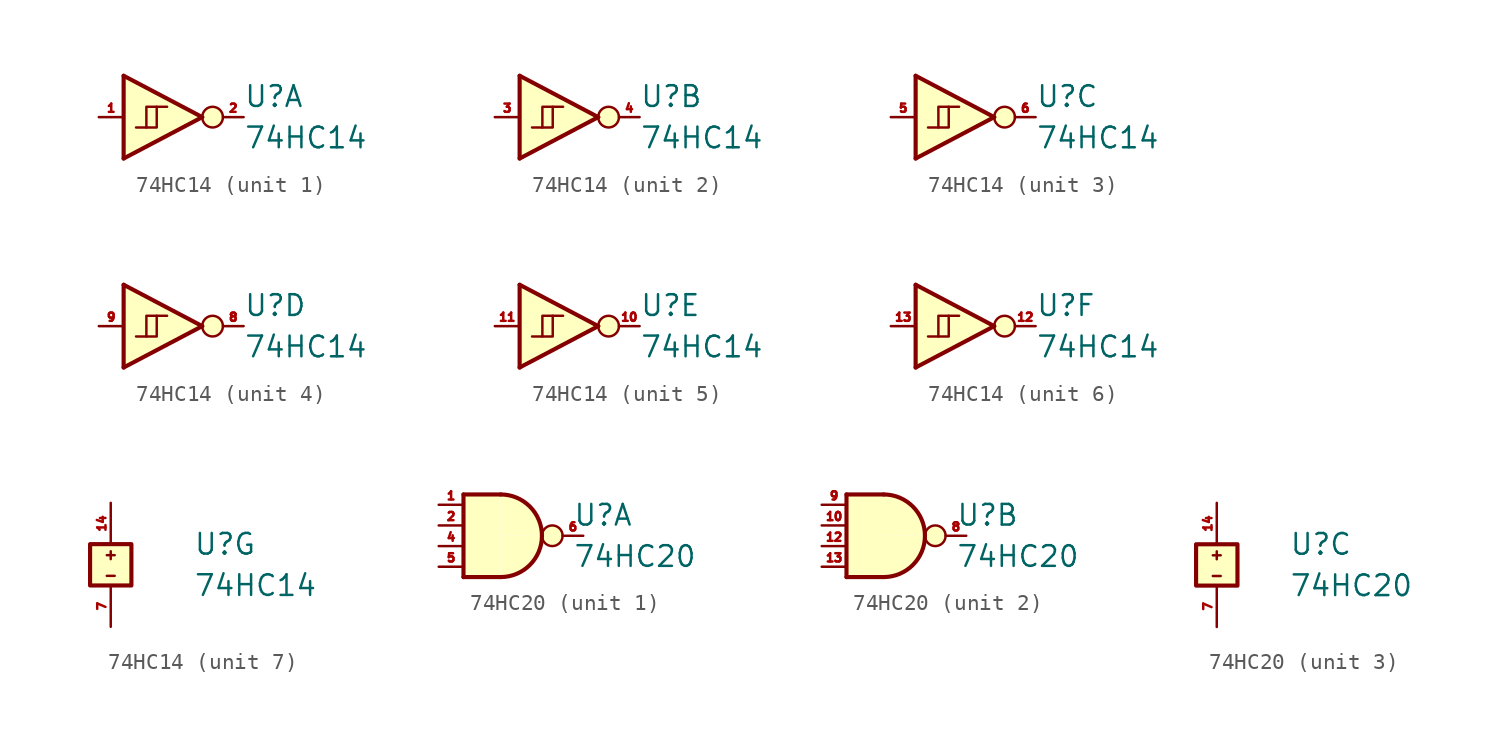
<source format=kicad_sym>
(kicad_symbol_lib
  (version 20231120)
  (generator "kicad_symbol_editor")
  (generator_version "8.0")
  (symbol "74HC14"
    (pin_names
      (offset 0.002) hide)
    (property "Reference" "U"
      (at 5.08 1.27 0)
      (effects (font (size 1.27 1.27)) (justify left)))
    (property "Value" "74HC14"
      (at 5.08 -1.27 0)
      (effects (font (size 1.27 1.27)) (justify left)))
    (property "ki_locked" ""
      (at 0 0 0)
      (effects (font (size 1.27 1.27))))
    (symbol "74HC14_1_0"
      (polyline (pts (xy -2.286 -2.54) (xy -2.286 2.54)) (stroke (width 0.254) (type default)) (fill (type background)))
      (polyline (pts (xy -2.286 -2.54) (xy 2.54 0)) (stroke (width 0.254) (type default)) (fill (type none)))
      (polyline (pts (xy 2.54 0) (xy -2.286 2.54)) (stroke (width 0.254) (type default)) (fill (type background)))
      (polyline (pts (xy 2.54 0) (xy -2.286 2.54) (xy -2.286 -2.54)) (stroke (width -0.025) (type default)) (fill (type background)))
      (circle (center 3.175 0) (radius 0.635) (stroke (width 0.152) (type default)) (fill (type background))))
    (symbol "74HC14_1_1"
      (polyline (pts (xy -0.254 0.635) (xy -0.889 0.635) (xy -0.889 -0.635)) (stroke (width 0.152) (type default)) (fill (type none)))
      (polyline (pts (xy -1.524 -0.635) (xy -0.254 -0.635) (xy -0.254 0.635) (xy 0.381 0.635)) (stroke (width 0.152) (type default)) (fill (type none)))
      (pin passive line (at -3.81 0 0) (length 1.524) (name "~" (effects (font (size 1.27 1.27)))) (number "1" (effects (font (size 0.508 0.508)))))
      (pin passive line (at 5.08 0 180) (length 1.27) (name "~" (effects (font (size 1.27 1.27)))) (number "2" (effects (font (size 0.508 0.508))))))
    (symbol "74HC14_2_0"
      (polyline (pts (xy -2.286 -2.54) (xy -2.286 2.54)) (stroke (width 0.254) (type default)) (fill (type background)))
      (polyline (pts (xy -2.286 -2.54) (xy 2.54 0)) (stroke (width 0.254) (type default)) (fill (type none)))
      (polyline (pts (xy 2.54 0) (xy -2.286 2.54)) (stroke (width 0.254) (type default)) (fill (type background)))
      (polyline (pts (xy 2.54 0) (xy -2.286 2.54) (xy -2.286 -2.54)) (stroke (width -0.025) (type default)) (fill (type background)))
      (circle (center 3.175 0) (radius 0.635) (stroke (width 0.152) (type default)) (fill (type background))))
    (symbol "74HC14_2_1"
      (polyline (pts (xy -0.254 0.635) (xy -0.889 0.635) (xy -0.889 -0.635)) (stroke (width 0.152) (type default)) (fill (type none)))
      (polyline (pts (xy -1.524 -0.635) (xy -0.254 -0.635) (xy -0.254 0.635) (xy 0.381 0.635)) (stroke (width 0.152) (type default)) (fill (type none)))
      (pin passive line (at -3.81 0 0) (length 1.524) (name "~" (effects (font (size 1.27 1.27)))) (number "3" (effects (font (size 0.508 0.508)))))
      (pin passive line (at 5.08 0 180) (length 1.27) (name "~" (effects (font (size 1.27 1.27)))) (number "4" (effects (font (size 0.508 0.508))))))
    (symbol "74HC14_3_0"
      (polyline (pts (xy -2.286 -2.54) (xy -2.286 2.54)) (stroke (width 0.254) (type default)) (fill (type background)))
      (polyline (pts (xy -2.286 -2.54) (xy 2.54 0)) (stroke (width 0.254) (type default)) (fill (type none)))
      (polyline (pts (xy 2.54 0) (xy -2.286 2.54)) (stroke (width 0.254) (type default)) (fill (type background)))
      (polyline (pts (xy 2.54 0) (xy -2.286 2.54) (xy -2.286 -2.54)) (stroke (width -0.025) (type default)) (fill (type background)))
      (circle (center 3.175 0) (radius 0.635) (stroke (width 0.152) (type default)) (fill (type background))))
    (symbol "74HC14_3_1"
      (polyline (pts (xy -0.254 0.635) (xy -0.889 0.635) (xy -0.889 -0.635)) (stroke (width 0.152) (type default)) (fill (type none)))
      (polyline (pts (xy -1.524 -0.635) (xy -0.254 -0.635) (xy -0.254 0.635) (xy 0.381 0.635)) (stroke (width 0.152) (type default)) (fill (type none)))
      (pin passive line (at -3.81 0 0) (length 1.524) (name "~" (effects (font (size 1.27 1.27)))) (number "5" (effects (font (size 0.508 0.508)))))
      (pin passive line (at 5.08 0 180) (length 1.27) (name "~" (effects (font (size 1.27 1.27)))) (number "6" (effects (font (size 0.508 0.508))))))
    (symbol "74HC14_4_0"
      (polyline (pts (xy -2.286 -2.54) (xy -2.286 2.54)) (stroke (width 0.254) (type default)) (fill (type background)))
      (polyline (pts (xy -2.286 -2.54) (xy 2.54 0)) (stroke (width 0.254) (type default)) (fill (type none)))
      (polyline (pts (xy 2.54 0) (xy -2.286 2.54)) (stroke (width 0.254) (type default)) (fill (type background)))
      (polyline (pts (xy 2.54 0) (xy -2.286 2.54) (xy -2.286 -2.54)) (stroke (width -0.025) (type default)) (fill (type background)))
      (circle (center 3.175 0) (radius 0.635) (stroke (width 0.152) (type default)) (fill (type background))))
    (symbol "74HC14_4_1"
      (polyline (pts (xy -0.254 0.635) (xy -0.889 0.635) (xy -0.889 -0.635)) (stroke (width 0.152) (type default)) (fill (type none)))
      (polyline (pts (xy -1.524 -0.635) (xy -0.254 -0.635) (xy -0.254 0.635) (xy 0.381 0.635)) (stroke (width 0.152) (type default)) (fill (type none)))
      (pin passive line (at 5.08 0 180) (length 1.27) (name "~" (effects (font (size 1.27 1.27)))) (number "8" (effects (font (size 0.508 0.508)))))
      (pin passive line (at -3.81 0 0) (length 1.524) (name "~" (effects (font (size 1.27 1.27)))) (number "9" (effects (font (size 0.508 0.508))))))
    (symbol "74HC14_5_0"
      (polyline (pts (xy -2.286 -2.54) (xy -2.286 2.54)) (stroke (width 0.254) (type default)) (fill (type background)))
      (polyline (pts (xy -2.286 -2.54) (xy 2.54 0)) (stroke (width 0.254) (type default)) (fill (type none)))
      (polyline (pts (xy 2.54 0) (xy -2.286 2.54)) (stroke (width 0.254) (type default)) (fill (type background)))
      (polyline (pts (xy 2.54 0) (xy -2.286 2.54) (xy -2.286 -2.54)) (stroke (width -0.025) (type default)) (fill (type background)))
      (circle (center 3.175 0) (radius 0.635) (stroke (width 0.152) (type default)) (fill (type background))))
    (symbol "74HC14_5_1"
      (polyline (pts (xy -0.254 0.635) (xy -0.889 0.635) (xy -0.889 -0.635)) (stroke (width 0.152) (type default)) (fill (type none)))
      (polyline (pts (xy -1.524 -0.635) (xy -0.254 -0.635) (xy -0.254 0.635) (xy 0.381 0.635)) (stroke (width 0.152) (type default)) (fill (type none)))
      (pin passive line (at 5.08 0 180) (length 1.27) (name "~" (effects (font (size 1.27 1.27)))) (number "10" (effects (font (size 0.508 0.508)))))
      (pin passive line (at -3.81 0 0) (length 1.524) (name "~" (effects (font (size 1.27 1.27)))) (number "11" (effects (font (size 0.508 0.508))))))
    (symbol "74HC14_6_0"
      (polyline (pts (xy -2.286 -2.54) (xy -2.286 2.54)) (stroke (width 0.254) (type default)) (fill (type background)))
      (polyline (pts (xy -2.286 -2.54) (xy 2.54 0)) (stroke (width 0.254) (type default)) (fill (type none)))
      (polyline (pts (xy 2.54 0) (xy -2.286 2.54)) (stroke (width 0.254) (type default)) (fill (type background)))
      (polyline (pts (xy 2.54 0) (xy -2.286 2.54) (xy -2.286 -2.54)) (stroke (width -0.025) (type default)) (fill (type background)))
      (circle (center 3.175 0) (radius 0.635) (stroke (width 0.152) (type default)) (fill (type background))))
    (symbol "74HC14_6_1"
      (polyline (pts (xy -0.254 0.635) (xy -0.889 0.635) (xy -0.889 -0.635)) (stroke (width 0.152) (type default)) (fill (type none)))
      (polyline (pts (xy -1.524 -0.635) (xy -0.254 -0.635) (xy -0.254 0.635) (xy 0.381 0.635)) (stroke (width 0.152) (type default)) (fill (type none)))
      (pin passive line (at 5.08 0 180) (length 1.27) (name "~" (effects (font (size 1.27 1.27)))) (number "12" (effects (font (size 0.508 0.508)))))
      (pin passive line (at -3.81 0 0) (length 1.524) (name "~" (effects (font (size 1.27 1.27)))) (number "13" (effects (font (size 0.508 0.508))))))
    (symbol "74HC14_7_0"
      (rectangle (start -1.27 1.27) (end 1.27 -1.27) (stroke (width 0.254) (type default)) (fill (type background)))
      (text "+" (at 0 0.635 0) (effects (font (size 0.635 0.635))))
      (text "-" (at 0 -0.635 0) (effects (font (size 0.635 0.635)))))
    (symbol "74HC14_7_1"
      (pin passive line (at 0 3.81 270) (length 2.54) (name "+" (effects (font (size 1.27 1.27)))) (number "14" (effects (font (size 0.508 0.508)))))
      (pin passive line (at 0 -3.81 90) (length 2.54) (name "-" (effects (font (size 1.27 1.27)))) (number "7" (effects (font (size 0.508 0.508)))))))
  (symbol "74HC20"
    (pin_names
      (offset 0.002) hide)
    (property "Reference" "U"
      (at 4.445 1.27 0)
      (effects (font (size 1.27 1.27)) (justify left)))
    (property "Value" "74HC20"
      (at 4.445 -1.27 0)
      (effects (font (size 1.27 1.27)) (justify left)))
    (property "ki_locked" ""
      (at 0 0 0)
      (effects (font (size 1.27 1.27))))
    (symbol "74HC20_1_0"
      (arc (start 0 -2.54) (mid 1.7961 -1.7961) (end 2.54 0) (stroke (width 0.254) (type default)) (fill (type background)))
      (polyline (pts (xy -2.286 -2.54) (xy -2.286 2.54)) (stroke (width 0.254) (type default)) (fill (type background)))
      (polyline (pts (xy -2.286 -2.54) (xy 0 -2.54)) (stroke (width 0.254) (type default)) (fill (type none)))
      (polyline (pts (xy 0 2.54) (xy -2.286 2.54)) (stroke (width 0.254) (type default)) (fill (type background)))
      (polyline (pts (xy 0 2.54) (xy -2.286 2.54) (xy -2.286 -2.54) (xy 0 -2.54)) (stroke (width -0.025) (type default)) (fill (type background)))
      (arc (start 2.54 0) (mid 1.7961 1.7961) (end 0 2.54) (stroke (width 0.254) (type default)) (fill (type background)))
      (circle (center 3.175 0) (radius 0.635) (stroke (width 0.152) (type default)) (fill (type background))))
    (symbol "74HC20_1_1"
      (pin passive line (at -3.81 1.905 0) (length 1.524) (name "~" (effects (font (size 1.27 1.27)))) (number "1" (effects (font (size 0.508 0.508)))))
      (pin passive line (at -3.81 0.635 0) (length 1.524) (name "" (effects (font (size 1.27 1.27)))) (number "2" (effects (font (size 0.508 0.508)))))
      (pin passive line (at -3.81 -0.635 0) (length 1.524) (name "~" (effects (font (size 1.27 1.27)))) (number "4" (effects (font (size 0.508 0.508)))))
      (pin passive line (at -3.81 -1.905 0) (length 1.524) (name "~" (effects (font (size 1.27 1.27)))) (number "5" (effects (font (size 0.508 0.508)))))
      (pin passive line (at 5.08 0 180) (length 1.27) (name "~" (effects (font (size 1.27 1.27)))) (number "6" (effects (font (size 0.508 0.508))))))
    (symbol "74HC20_2_0"
      (arc (start 0 -2.54) (mid 1.7961 -1.7961) (end 2.54 0) (stroke (width 0.254) (type default)) (fill (type background)))
      (polyline (pts (xy -2.286 -2.54) (xy -2.286 2.54)) (stroke (width 0.254) (type default)) (fill (type background)))
      (polyline (pts (xy -2.286 -2.54) (xy 0 -2.54)) (stroke (width 0.254) (type default)) (fill (type none)))
      (polyline (pts (xy 0 2.54) (xy -2.286 2.54)) (stroke (width 0.254) (type default)) (fill (type background)))
      (polyline (pts (xy 0 2.54) (xy -2.286 2.54) (xy -2.286 -2.54) (xy 0 -2.54)) (stroke (width -0.025) (type default)) (fill (type background)))
      (arc (start 2.54 0) (mid 1.7961 1.7961) (end 0 2.54) (stroke (width 0.254) (type default)) (fill (type background)))
      (circle (center 3.175 0) (radius 0.635) (stroke (width 0.152) (type default)) (fill (type background))))
    (symbol "74HC20_2_1"
      (pin passive line (at -3.81 0.635 0) (length 1.524) (name "~" (effects (font (size 1.27 1.27)))) (number "10" (effects (font (size 0.508 0.508)))))
      (pin passive line (at -3.81 -0.635 0) (length 1.524) (name "" (effects (font (size 1.27 1.27)))) (number "12" (effects (font (size 0.508 0.508)))))
      (pin passive line (at -3.81 -1.905 0) (length 1.524) (name "~" (effects (font (size 1.27 1.27)))) (number "13" (effects (font (size 0.508 0.508)))))
      (pin passive line (at 5.08 0 180) (length 1.27) (name "~" (effects (font (size 1.27 1.27)))) (number "8" (effects (font (size 0.508 0.508)))))
      (pin passive line (at -3.81 1.905 0) (length 1.524) (name "~" (effects (font (size 1.27 1.27)))) (number "9" (effects (font (size 0.508 0.508))))))
    (symbol "74HC20_3_0"
      (rectangle (start -1.27 1.27) (end 1.27 -1.27) (stroke (width 0.254) (type default)) (fill (type background)))
      (text "+" (at 0 0.635 0) (effects (font (size 0.635 0.635))))
      (text "-" (at 0 -0.635 0) (effects (font (size 0.635 0.635)))))
    (symbol "74HC20_3_1"
      (pin passive line (at 0 3.81 270) (length 2.54) (name "+" (effects (font (size 1.27 1.27)))) (number "14" (effects (font (size 0.508 0.508)))))
      (pin passive line (at 0 -3.81 90) (length 2.54) (name "-" (effects (font (size 1.27 1.27)))) (number "7" (effects (font (size 0.508 0.508))))))))
</source>
